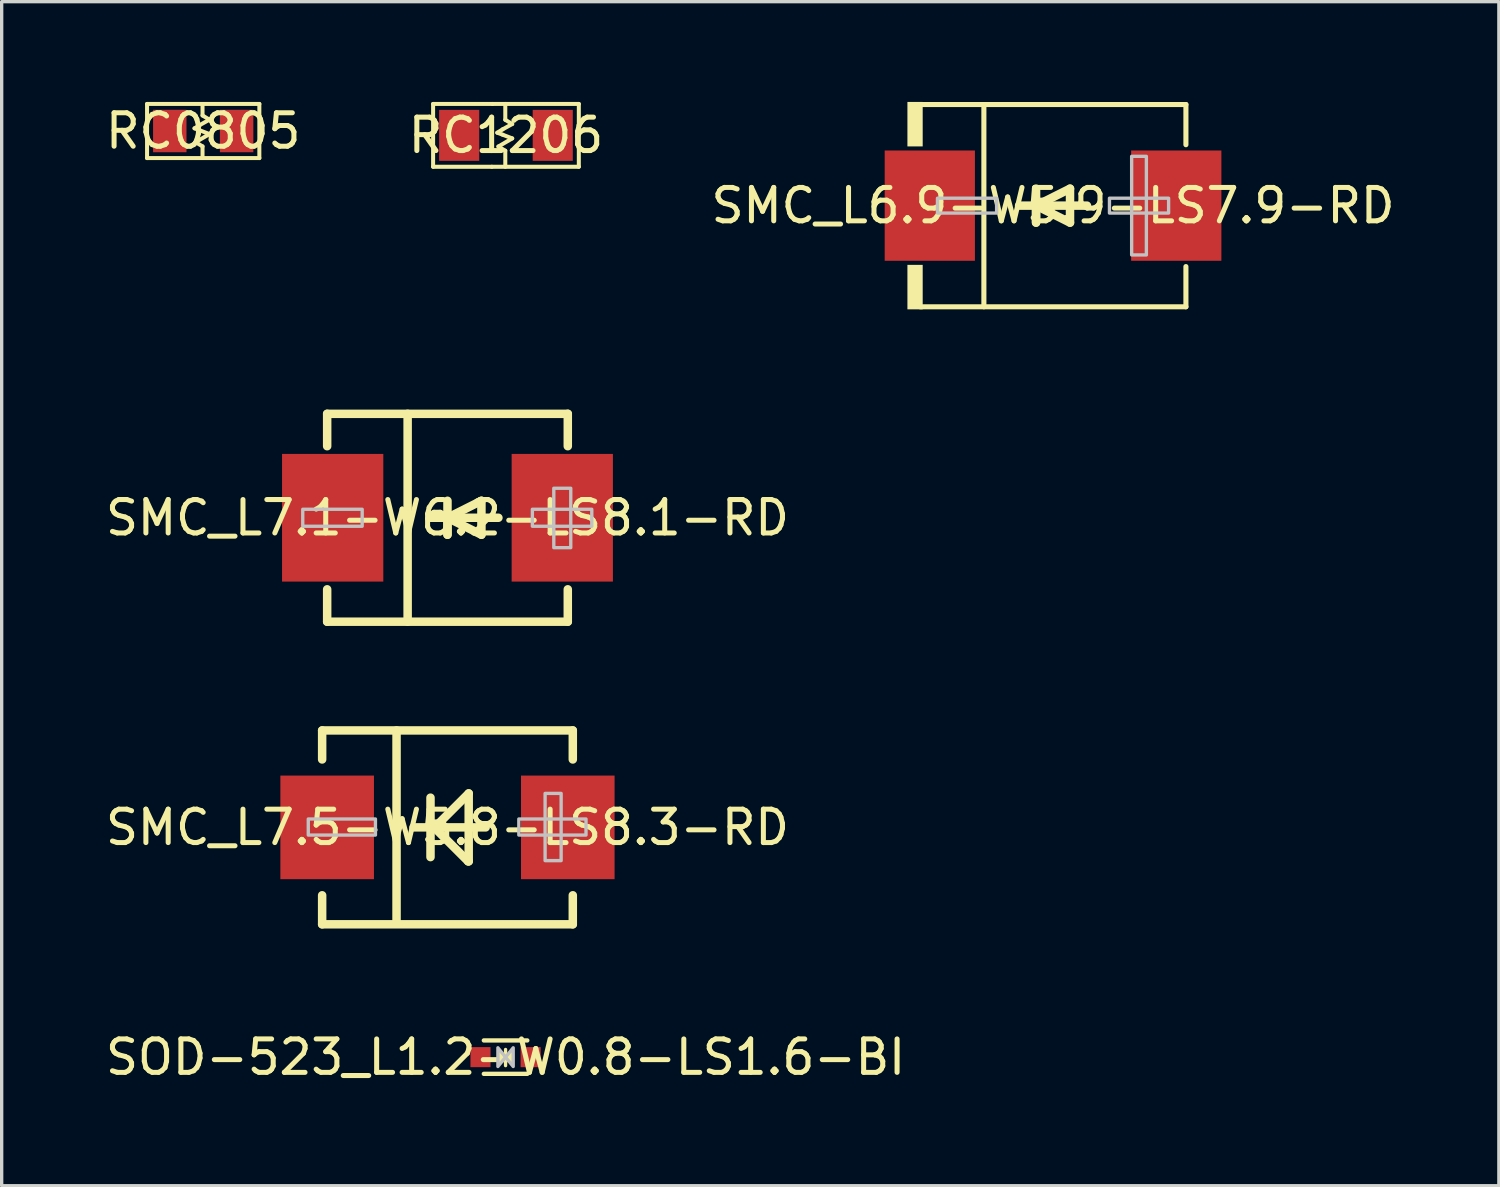
<source format=kicad_pcb>
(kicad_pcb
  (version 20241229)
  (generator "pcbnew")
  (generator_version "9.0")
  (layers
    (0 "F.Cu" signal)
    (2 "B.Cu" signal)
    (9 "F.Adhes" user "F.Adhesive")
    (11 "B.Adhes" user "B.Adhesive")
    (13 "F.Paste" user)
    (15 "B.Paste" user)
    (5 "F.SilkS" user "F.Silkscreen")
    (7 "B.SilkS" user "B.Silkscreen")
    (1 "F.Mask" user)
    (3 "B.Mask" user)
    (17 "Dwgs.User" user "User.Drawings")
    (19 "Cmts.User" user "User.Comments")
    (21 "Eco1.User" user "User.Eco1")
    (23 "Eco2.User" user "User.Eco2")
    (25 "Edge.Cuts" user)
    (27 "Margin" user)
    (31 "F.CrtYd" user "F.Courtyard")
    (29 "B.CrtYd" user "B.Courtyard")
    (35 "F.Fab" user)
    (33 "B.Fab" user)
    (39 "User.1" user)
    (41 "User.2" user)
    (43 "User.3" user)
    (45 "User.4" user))
  (footprint "RC0805"
    (layer "F.Cu")
    (at 3.03 0.87)
    (property "Reference" "RC0805" (at 0 0 0) (layer "F.SilkS") (effects (font (size 1 1) (thickness 0.15))))
    (fp_line (start -1.68 -0.81) (end 1.68 -0.81) (stroke (width 0.12) (type default)) (layer "F.SilkS"))
    (fp_line (start -1.68 0.81) (end -1.68 -0.81) (stroke (width 0.12) (type default)) (layer "F.SilkS"))
    (fp_line (start -0.26 -0.08) (end -0.1 -0.02) (stroke (width 0.12) (type default)) (layer "F.SilkS"))
    (fp_line (start -0.227 0.334) (end -0.02 0.46) (stroke (width 0.12) (type default)) (layer "F.SilkS"))
    (fp_line (start -0.1 -0.18) (end -0.26 -0.08) (stroke (width 0.12) (type default)) (layer "F.SilkS"))
    (fp_line (start -0.1 -0.02) (end 0.187 0.091) (stroke (width 0.12) (type default)) (layer "F.SilkS"))
    (fp_line (start -0.02 -0.787) (end -0.02 -0.465) (stroke (width 0.12) (type default)) (layer "F.SilkS"))
    (fp_line (start -0.02 -0.465) (end 0.187 -0.339) (stroke (width 0.12) (type default)) (layer "F.SilkS"))
    (fp_line (start -0.02 0.46) (end -0.02 0.787) (stroke (width 0.12) (type default)) (layer "F.SilkS"))
    (fp_line (start 0.187 -0.339) (end -0.1 -0.18) (stroke (width 0.12) (type default)) (layer "F.SilkS"))
    (fp_line (start 0.187 0.091) (end -0.227 0.334) (stroke (width 0.12) (type default)) (layer "F.SilkS"))
    (fp_line (start 1.68 -0.81) (end 1.68 0.81) (stroke (width 0.12) (type default)) (layer "F.SilkS"))
    (fp_line (start 1.68 0.81) (end -1.68 0.81) (stroke (width 0.12) (type default)) (layer "F.SilkS"))
    (pad "1" smd rect (at -1 0 90) (size 1.27 1) (layers "F.Cu" "F.Mask" "F.Paste"))
    (pad "2" smd rect (at 1 0 90) (size 1.27 1) (layers "F.Cu" "F.Mask" "F.Paste")))
  (footprint "SMC_L6.9-W5.9-LS7.9-RD"
    (layer "F.Cu")
    (at 28.458 3.103)
    (property "Reference" "SMC_L6.9-W5.9-LS7.9-RD" (at 0 0 0) (layer "F.SilkS") (effects (font (size 1 1) (thickness 0.15))))
    (fp_line (start -3.976 -3.026) (end 3.976 -3.026) (stroke (width 0.152) (type default)) (layer "F.SilkS"))
    (fp_line (start -3.976 3.026) (end 3.976 3.026) (stroke (width 0.152) (type default)) (layer "F.SilkS"))
    (fp_line (start -2.069 -3.026) (end -2.069 3.026) (stroke (width 0.152) (type default)) (layer "F.SilkS"))
    (fp_line (start -0.508 0) (end -0.508 0.508) (stroke (width 0.254) (type default)) (layer "F.SilkS"))
    (fp_line (start -0.508 0) (end 0.508 0.508) (stroke (width 0.254) (type default)) (layer "F.SilkS"))
    (fp_line (start -0.508 0.508) (end -0.508 -0.508) (stroke (width 0.254) (type default)) (layer "F.SilkS"))
    (fp_line (start 0.508 -0.508) (end -0.508 0) (stroke (width 0.254) (type default)) (layer "F.SilkS"))
    (fp_line (start 0.508 0.508) (end 0.508 -0.508) (stroke (width 0.254) (type default)) (layer "F.SilkS"))
    (fp_line (start 1.016 0) (end -1.016 0) (stroke (width 0.254) (type default)) (layer "F.SilkS"))
    (fp_line (start 3.976 -3.026) (end 3.976 -1.823) (stroke (width 0.152) (type default)) (layer "F.SilkS"))
    (fp_line (start 3.976 3.026) (end 3.976 1.823) (stroke (width 0.152) (type default)) (layer "F.SilkS"))
    (fp_poly (pts (xy -3.9 -3.103) (xy -3.9 -1.772) (xy -4.357 -1.772) (xy -4.357 -3.103)) (stroke (width 0) (type default)) (fill yes) (layer "F.SilkS"))
    (fp_poly (pts (xy -3.9 3.103) (xy -3.9 1.772) (xy -4.357 1.772) (xy -4.357 3.103)) (stroke (width 0) (type default)) (fill yes) (layer "F.SilkS"))
    (fp_poly (pts (xy -3.458 0.222) (xy -3.458 -0.222) (xy -1.688 -0.222) (xy -1.688 0.222)) (stroke (width 0.1) (type default)) (fill no) (layer "Dwgs.User"))
    (fp_poly (pts (xy 2.793 1.475) (xy 2.793 -1.475) (xy 2.352 -1.475) (xy 2.352 1.475)) (stroke (width 0.1) (type default)) (fill no) (layer "Dwgs.User"))
    (fp_poly (pts (xy 3.458 0.222) (xy 3.458 -0.222) (xy 1.688 -0.222) (xy 1.688 0.222)) (stroke (width 0.1) (type default)) (fill no) (layer "Dwgs.User"))
    (fp_poly (pts (xy -3.95 1.5) (xy -3.95 -1.5) (xy -2.7 -1.5) (xy -2.7 1.5)) (stroke (width 0.1) (type default)) (fill no) (layer "User.1"))
    (fp_poly (pts (xy 3.95 1.5) (xy 3.95 -1.5) (xy 2.7 -1.5) (xy 2.7 1.5)) (stroke (width 0.1) (type default)) (fill no) (layer "User.1"))
    (fp_line (start -3.45 -2.979) (end 3.45 -2.979) (stroke (width 0.051) (type default)) (layer "User.2"))
    (fp_line (start -3.45 2.921) (end -3.45 -2.979) (stroke (width 0.051) (type default)) (layer "User.2"))
    (fp_line (start 3.45 -2.979) (end 3.45 2.921) (stroke (width 0.051) (type default)) (layer "User.2"))
    (fp_line (start 3.45 2.921) (end -3.45 2.921) (stroke (width 0.051) (type default)) (layer "User.2"))
    (fp_poly (pts (xy -3.89 2.95) (xy -3.908 2.908) (xy -3.95 2.89) (xy -3.992 2.908) (xy -4.01 2.95) (xy -3.992 2.992) (xy -3.95 3.01) (xy -3.908 2.992)) (stroke (width 0.1) (type default)) (fill no) (layer "User.3"))
    (pad "1" smd rect (at -3.687 0) (size 2.7 3.3) (layers "F.Cu" "F.Mask" "F.Paste"))
    (pad "2" smd rect (at 3.687 0) (size 2.7 3.3) (layers "F.Cu" "F.Mask" "F.Paste")))
  (footprint "SOD-523_L1.2-W0.8-LS1.6-BI"
    (layer "F.Cu")
    (at 12.077 28.581)
    (property "Reference" "SOD-523_L1.2-W0.8-LS1.6-BI" (at 0 0 0) (layer "F.SilkS") (effects (font (size 1 1) (thickness 0.15))))
    (fp_line (start -0.65 -0.5) (end 0.65 -0.5) (stroke (width 0.13) (type default)) (layer "F.SilkS"))
    (fp_line (start -0.65 0.5) (end 0.65 0.5) (stroke (width 0.13) (type default)) (layer "F.SilkS"))
    (fp_line (start 0 -0.229) (end 0 0.254) (stroke (width 0.1) (type default)) (layer "F.SilkS"))
    (fp_poly (pts (xy 0 0) (xy -0.229 0.28) (xy -0.229 -0.28)) (stroke (width 0) (type default)) (fill yes) (layer "F.SilkS"))
    (fp_poly (pts (xy 0 0) (xy 0.229 -0.28) (xy 0.229 0.28)) (stroke (width 0) (type default)) (fill yes) (layer "F.SilkS"))
    (fp_poly (pts (xy -0.229 -0.28) (xy -0.229 0.28) (xy 0 0)) (stroke (width 0.1) (type default)) (fill no) (layer "Dwgs.User"))
    (fp_poly (pts (xy 0.229 -0.28) (xy 0.229 0.28) (xy 0 0)) (stroke (width 0.1) (type default)) (fill no) (layer "Dwgs.User"))
    (fp_poly (pts (xy -0.8 -0.15) (xy -0.463 -0.15) (xy -0.463 0.15) (xy -0.8 0.15)) (stroke (width 0.1) (type default)) (fill no) (layer "User.1"))
    (fp_poly (pts (xy 0.8 0.152) (xy 0.463 0.152) (xy 0.463 -0.147) (xy 0.8 -0.147)) (stroke (width 0.1) (type default)) (fill no) (layer "User.1"))
    (fp_line (start -0.6 -0.4) (end 0.6 -0.4) (stroke (width 0.051) (type default)) (layer "User.2"))
    (fp_line (start -0.6 0.4) (end -0.6 -0.4) (stroke (width 0.051) (type default)) (layer "User.2"))
    (fp_line (start 0.6 -0.4) (end 0.6 0.4) (stroke (width 0.051) (type default)) (layer "User.2"))
    (fp_line (start 0.6 0.4) (end -0.6 0.4) (stroke (width 0.051) (type default)) (layer "User.2"))
    (fp_poly (pts (xy -0.74 0.4) (xy -0.758 0.358) (xy -0.8 0.34) (xy -0.842 0.358) (xy -0.86 0.4) (xy -0.842 0.442) (xy -0.8 0.46) (xy -0.758 0.442)) (stroke (width 0.1) (type default)) (fill no) (layer "User.3"))
    (pad "1" smd rect (at -0.75 0) (size 0.6 0.6) (layers "F.Cu" "F.Mask" "F.Paste"))
    (pad "2" smd rect (at 0.75 0 180) (size 0.6 0.6) (layers "F.Cu" "F.Mask" "F.Paste")))
  (footprint "RC1206"
    (layer "F.Cu")
    (at 12.089 1)
    (property "Reference" "RC1206" (at 0 0 0) (layer "F.SilkS") (effects (font (size 1 1) (thickness 0.15))))
    (fp_line (start -2.18 -0.94) (end -0.4 -0.94) (stroke (width 0.12) (type default)) (layer "F.SilkS"))
    (fp_line (start -2.18 0.94) (end -2.18 -0.94) (stroke (width 0.12) (type default)) (layer "F.SilkS"))
    (fp_line (start -0.422 0.94) (end -2.18 0.94) (stroke (width 0.12) (type default)) (layer "F.SilkS"))
    (fp_line (start -0.4 -0.94) (end 2.18 -0.94) (stroke (width 0.12) (type default)) (layer "F.SilkS"))
    (fp_line (start -0.26 -0.08) (end -0.1 -0.02) (stroke (width 0.12) (type default)) (layer "F.SilkS"))
    (fp_line (start -0.227 0.334) (end -0.02 0.46) (stroke (width 0.12) (type default)) (layer "F.SilkS"))
    (fp_line (start -0.1 -0.18) (end -0.26 -0.08) (stroke (width 0.12) (type default)) (layer "F.SilkS"))
    (fp_line (start -0.1 -0.02) (end 0.187 0.091) (stroke (width 0.12) (type default)) (layer "F.SilkS"))
    (fp_line (start -0.02 -0.94) (end -0.02 -0.465) (stroke (width 0.12) (type default)) (layer "F.SilkS"))
    (fp_line (start -0.02 -0.465) (end 0.187 -0.339) (stroke (width 0.12) (type default)) (layer "F.SilkS"))
    (fp_line (start -0.02 0.46) (end -0.02 0.94) (stroke (width 0.12) (type default)) (layer "F.SilkS"))
    (fp_line (start 0.187 -0.339) (end -0.1 -0.18) (stroke (width 0.12) (type default)) (layer "F.SilkS"))
    (fp_line (start 0.187 0.091) (end -0.227 0.334) (stroke (width 0.12) (type default)) (layer "F.SilkS"))
    (fp_line (start 2.18 -0.94) (end 2.18 0.94) (stroke (width 0.12) (type default)) (layer "F.SilkS"))
    (fp_line (start 2.18 0.94) (end -0.422 0.94) (stroke (width 0.12) (type default)) (layer "F.SilkS"))
    (pad "1" smd rect (at -1.4 0 90) (size 1.525 1.2) (layers "F.Cu" "F.Mask" "F.Paste"))
    (pad "2" smd rect (at 1.4 0 90) (size 1.525 1.2) (layers "F.Cu" "F.Mask" "F.Paste")))
  (footprint "SMC_L7.5-W5.8-LS8.3-RD"
    (layer "F.Cu")
    (at 10.339 21.706)
    (property "Reference" "SMC_L7.5-W5.8-LS8.3-RD" (at 0 0 0) (layer "F.SilkS") (effects (font (size 1 1) (thickness 0.15))))
    (fp_line (start -3.75 -2.9) (end -3.75 -2.032) (stroke (width 0.254) (type default)) (layer "F.SilkS"))
    (fp_line (start -3.75 -2.9) (end 3.75 -2.9) (stroke (width 0.254) (type default)) (layer "F.SilkS"))
    (fp_line (start -3.75 2.9) (end -3.75 2.032) (stroke (width 0.254) (type default)) (layer "F.SilkS"))
    (fp_line (start -3.75 2.9) (end 3.75 2.9) (stroke (width 0.254) (type default)) (layer "F.SilkS"))
    (fp_line (start -1.524 -2.9) (end -1.524 2.879) (stroke (width 0.254) (type default)) (layer "F.SilkS"))
    (fp_line (start -1.016 0) (end 1.143 0) (stroke (width 0.254) (type default)) (layer "F.SilkS"))
    (fp_line (start -0.508 0.889) (end -0.508 -0.889) (stroke (width 0.254) (type default)) (layer "F.SilkS"))
    (fp_line (start -0.474 0) (end -0.381 0) (stroke (width 0.254) (type default)) (layer "F.SilkS"))
    (fp_line (start -0.381 0) (end 0.635 -1.016) (stroke (width 0.254) (type default)) (layer "F.SilkS"))
    (fp_line (start 0.618 1.016) (end -0.399 0) (stroke (width 0.254) (type default)) (layer "F.SilkS"))
    (fp_line (start 0.635 -1.016) (end 0.635 1.016) (stroke (width 0.254) (type default)) (layer "F.SilkS"))
    (fp_line (start 0.635 1.016) (end 0.618 1.016) (stroke (width 0.254) (type default)) (layer "F.SilkS"))
    (fp_line (start 3.75 -2.9) (end 3.75 -2.032) (stroke (width 0.254) (type default)) (layer "F.SilkS"))
    (fp_line (start 3.75 2.9) (end 3.75 2.032) (stroke (width 0.254) (type default)) (layer "F.SilkS"))
    (fp_poly (pts (xy -2.155 0.23) (xy -4.165 0.23) (xy -4.165 -0.251) (xy -2.155 -0.251)) (stroke (width 0.1) (type default)) (fill no) (layer "Dwgs.User"))
    (fp_poly (pts (xy 2.921 0.995) (xy 2.921 -1.016) (xy 3.401 -1.016) (xy 3.401 0.995)) (stroke (width 0.1) (type default)) (fill no) (layer "Dwgs.User"))
    (fp_poly (pts (xy 4.145 0.23) (xy 2.135 0.23) (xy 2.135 -0.251) (xy 4.145 -0.251)) (stroke (width 0.1) (type default)) (fill no) (layer "Dwgs.User"))
    (fp_poly (pts (xy -2.67 1.5) (xy -4.17 1.5) (xy -4.17 -1.5) (xy -2.67 -1.5)) (stroke (width 0.1) (type default)) (fill no) (layer "User.1"))
    (fp_poly (pts (xy 2.65 -1.5) (xy 4.15 -1.5) (xy 4.15 1.5) (xy 2.65 1.5)) (stroke (width 0.1) (type default)) (fill no) (layer "User.1"))
    (fp_line (start -3.75 -2.9) (end 3.75 -2.9) (stroke (width 0.051) (type default)) (layer "User.2"))
    (fp_line (start -3.75 2.9) (end -3.75 -2.9) (stroke (width 0.051) (type default)) (layer "User.2"))
    (fp_line (start 3.75 -2.9) (end 3.75 2.9) (stroke (width 0.051) (type default)) (layer "User.2"))
    (fp_line (start 3.75 2.9) (end -3.75 2.9) (stroke (width 0.051) (type default)) (layer "User.2"))
    (fp_poly (pts (xy -4.11 2.9) (xy -4.128 2.858) (xy -4.17 2.84) (xy -4.212 2.858) (xy -4.23 2.9) (xy -4.212 2.942) (xy -4.17 2.96) (xy -4.128 2.942)) (stroke (width 0.1) (type default)) (fill no) (layer "User.3"))
    (pad "1" smd rect (at -3.6 0) (size 2.8 3.1) (layers "F.Cu" "F.Mask" "F.Paste"))
    (pad "2" smd rect (at 3.6 0) (size 2.8 3.1) (layers "F.Cu" "F.Mask" "F.Paste")))
  (footprint "SMC_L7.1-W6.2-LS8.1-RD"
    (layer "F.Cu")
    (at 10.339 12.442)
    (property "Reference" "SMC_L7.1-W6.2-LS8.1-RD" (at 0 0 0) (layer "F.SilkS") (effects (font (size 1 1) (thickness 0.15))))
    (fp_line (start -3.6 -3.11) (end -3.6 -2.141) (stroke (width 0.254) (type default)) (layer "F.SilkS"))
    (fp_line (start -3.6 -3.11) (end 3.6 -3.11) (stroke (width 0.254) (type default)) (layer "F.SilkS"))
    (fp_line (start -3.6 2.141) (end -3.6 3.11) (stroke (width 0.254) (type default)) (layer "F.SilkS"))
    (fp_line (start -3.6 3.11) (end 3.6 3.11) (stroke (width 0.254) (type default)) (layer "F.SilkS"))
    (fp_line (start -1.192 -3.11) (end -1.192 3.11) (stroke (width 0.254) (type default)) (layer "F.SilkS"))
    (fp_line (start 0 0) (end 0 0.508) (stroke (width 0.254) (type default)) (layer "F.SilkS"))
    (fp_line (start 0 0) (end 1.016 0.508) (stroke (width 0.254) (type default)) (layer "F.SilkS"))
    (fp_line (start 0 0.508) (end 0 -0.508) (stroke (width 0.254) (type default)) (layer "F.SilkS"))
    (fp_line (start 1.016 -0.508) (end 0 0) (stroke (width 0.254) (type default)) (layer "F.SilkS"))
    (fp_line (start 1.016 0.508) (end 1.016 -0.508) (stroke (width 0.254) (type default)) (layer "F.SilkS"))
    (fp_line (start 1.524 0) (end -0.508 0) (stroke (width 0.254) (type default)) (layer "F.SilkS"))
    (fp_line (start 3.6 -3.11) (end 3.6 -2.141) (stroke (width 0.254) (type default)) (layer "F.SilkS"))
    (fp_line (start 3.6 2.141) (end 3.6 3.11) (stroke (width 0.254) (type default)) (layer "F.SilkS"))
    (fp_poly (pts (xy -4.33 -0.254) (xy -2.552 -0.254) (xy -2.552 0.254) (xy -4.33 0.254)) (stroke (width 0.1) (type default)) (fill no) (layer "Dwgs.User"))
    (fp_poly (pts (xy 2.54 -0.254) (xy 4.318 -0.254) (xy 4.318 0.254) (xy 2.54 0.254)) (stroke (width 0.1) (type default)) (fill no) (layer "Dwgs.User"))
    (fp_poly (pts (xy 3.181 0.895) (xy 3.181 -0.883) (xy 3.689 -0.883) (xy 3.689 0.895)) (stroke (width 0.1) (type default)) (fill no) (layer "Dwgs.User"))
    (fp_poly (pts (xy -2.928 1.475) (xy -3.942 1.475) (xy -3.942 -1.475) (xy -2.928 -1.475)) (stroke (width 0.1) (type default)) (fill no) (layer "User.1"))
    (fp_poly (pts (xy 2.928 -1.475) (xy 3.942 -1.475) (xy 3.942 1.475) (xy 2.928 1.475)) (stroke (width 0.1) (type default)) (fill no) (layer "User.1"))
    (fp_line (start -3.428 -2.953) (end 3.428 -2.953) (stroke (width 0.051) (type default)) (layer "User.2"))
    (fp_line (start -3.428 2.953) (end -3.428 -2.953) (stroke (width 0.051) (type default)) (layer "User.2"))
    (fp_line (start 3.428 -2.953) (end 3.428 2.953) (stroke (width 0.051) (type default)) (layer "User.2"))
    (fp_line (start 3.428 2.953) (end -3.428 2.953) (stroke (width 0.051) (type default)) (layer "User.2"))
    (fp_poly (pts (xy 4.003 -2.952) (xy 3.985 -2.994) (xy 3.943 -3.012) (xy 3.901 -2.994) (xy 3.883 -2.952) (xy 3.901 -2.91) (xy 3.943 -2.892) (xy 3.985 -2.91)) (stroke (width 0.1) (type default)) (fill no) (layer "User.3"))
    (pad "1" smd rect (at -3.435 0 180) (size 3.03 3.82) (layers "F.Cu" "F.Mask" "F.Paste"))
    (pad "2" smd rect (at 3.435 0 180) (size 3.03 3.82) (layers "F.Cu" "F.Mask" "F.Paste")))
  (gr_rect
    (start -3 -3)
    (end 41.798 32.429)
    (stroke (width 0.1) (type default))
    (fill no)
    (layer "Edge.Cuts")))
</source>
